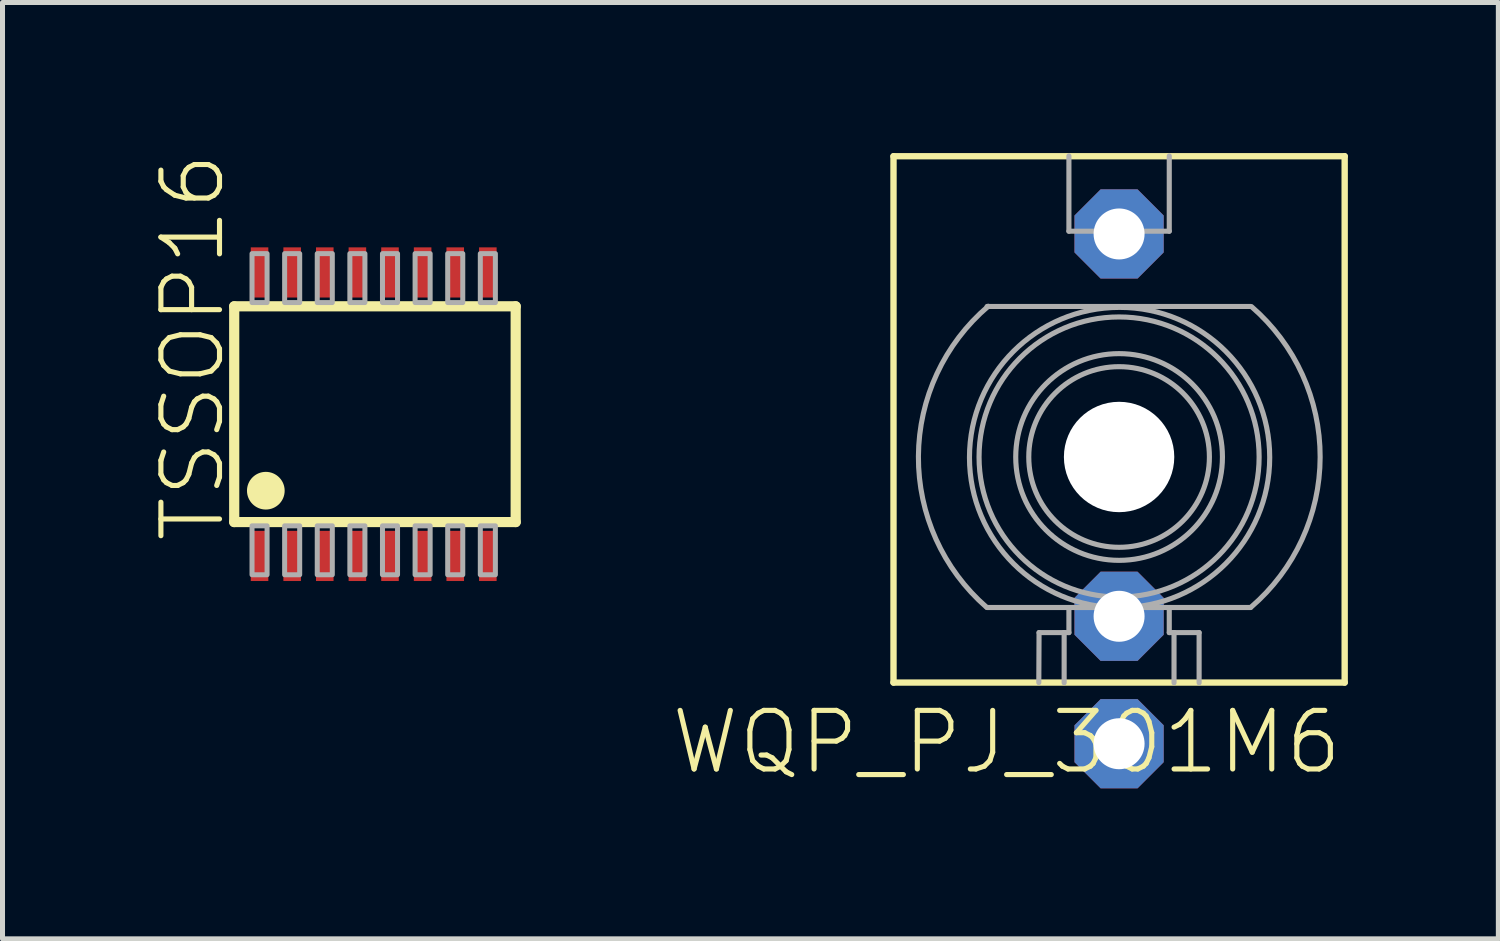
<source format=kicad_pcb>
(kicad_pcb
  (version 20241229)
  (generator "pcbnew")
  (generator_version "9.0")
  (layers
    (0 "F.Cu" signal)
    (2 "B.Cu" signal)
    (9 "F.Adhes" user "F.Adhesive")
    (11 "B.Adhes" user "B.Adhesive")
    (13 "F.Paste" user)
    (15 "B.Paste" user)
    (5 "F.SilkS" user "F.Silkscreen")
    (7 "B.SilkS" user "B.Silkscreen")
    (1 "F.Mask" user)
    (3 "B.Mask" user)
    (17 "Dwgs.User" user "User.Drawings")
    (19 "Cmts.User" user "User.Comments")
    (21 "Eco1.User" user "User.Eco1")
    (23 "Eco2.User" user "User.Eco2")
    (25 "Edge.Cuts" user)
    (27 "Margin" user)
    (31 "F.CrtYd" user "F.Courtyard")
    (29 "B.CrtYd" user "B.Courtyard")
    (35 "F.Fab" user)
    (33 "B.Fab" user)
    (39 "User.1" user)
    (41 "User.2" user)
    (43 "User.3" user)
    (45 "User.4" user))
  (footprint "TSSOP16"
    (layer "F.Cu")
    (at 4.073 5.205)
    (property "Reference" "TSSOP16" (at -2.6 2.6 90) (layer "F.SilkS") (effects (font (size 1.168 1.168) (thickness 0.102)) (justify left bottom)))
    (fp_line (start -2.455 -2.15) (end 3.155 -2.15) (stroke (width 0.203) (type solid)) (layer "F.SilkS"))
    (fp_line (start -2.455 2.15) (end -2.455 -2.15) (stroke (width 0.203) (type solid)) (layer "F.SilkS"))
    (fp_line (start 3.155 -2.15) (end 3.155 2.15) (stroke (width 0.203) (type solid)) (layer "F.SilkS"))
    (fp_line (start 3.155 2.15) (end -2.455 2.15) (stroke (width 0.203) (type solid)) (layer "F.SilkS"))
    (fp_circle (center -1.825 1.525) (end -1.637 1.525) (stroke (width 0.375) (type solid)) (fill yes) (layer "F.SilkS"))
    (fp_poly (pts (xy -2.1 3.2) (xy -1.8 3.2) (xy -1.8 2.225) (xy -2.1 2.225)) (stroke (width 0.1) (type solid)) (fill no) (layer "F.Fab"))
    (fp_poly (pts (xy -1.8 -3.2) (xy -2.1 -3.2) (xy -2.1 -2.225) (xy -1.8 -2.225)) (stroke (width 0.1) (type solid)) (fill no) (layer "F.Fab"))
    (fp_poly (pts (xy -1.45 3.2) (xy -1.15 3.2) (xy -1.15 2.225) (xy -1.45 2.225)) (stroke (width 0.1) (type solid)) (fill no) (layer "F.Fab"))
    (fp_poly (pts (xy -1.15 -3.2) (xy -1.45 -3.2) (xy -1.45 -2.225) (xy -1.15 -2.225)) (stroke (width 0.1) (type solid)) (fill no) (layer "F.Fab"))
    (fp_poly (pts (xy -0.8 3.2) (xy -0.5 3.2) (xy -0.5 2.225) (xy -0.8 2.225)) (stroke (width 0.1) (type solid)) (fill no) (layer "F.Fab"))
    (fp_poly (pts (xy -0.5 -3.2) (xy -0.8 -3.2) (xy -0.8 -2.225) (xy -0.5 -2.225)) (stroke (width 0.1) (type solid)) (fill no) (layer "F.Fab"))
    (fp_poly (pts (xy -0.15 3.2) (xy 0.15 3.2) (xy 0.15 2.225) (xy -0.15 2.225)) (stroke (width 0.1) (type solid)) (fill no) (layer "F.Fab"))
    (fp_poly (pts (xy 0.15 -3.2) (xy -0.15 -3.2) (xy -0.15 -2.225) (xy 0.15 -2.225)) (stroke (width 0.1) (type solid)) (fill no) (layer "F.Fab"))
    (fp_poly (pts (xy 0.5 3.2) (xy 0.8 3.2) (xy 0.8 2.225) (xy 0.5 2.225)) (stroke (width 0.1) (type solid)) (fill no) (layer "F.Fab"))
    (fp_poly (pts (xy 0.8 -3.2) (xy 0.5 -3.2) (xy 0.5 -2.225) (xy 0.8 -2.225)) (stroke (width 0.1) (type solid)) (fill no) (layer "F.Fab"))
    (fp_poly (pts (xy 1.15 3.2) (xy 1.45 3.2) (xy 1.45 2.225) (xy 1.15 2.225)) (stroke (width 0.1) (type solid)) (fill no) (layer "F.Fab"))
    (fp_poly (pts (xy 1.45 -3.2) (xy 1.15 -3.2) (xy 1.15 -2.225) (xy 1.45 -2.225)) (stroke (width 0.1) (type solid)) (fill no) (layer "F.Fab"))
    (fp_poly (pts (xy 1.8 3.2) (xy 2.1 3.2) (xy 2.1 2.225) (xy 1.8 2.225)) (stroke (width 0.1) (type solid)) (fill no) (layer "F.Fab"))
    (fp_poly (pts (xy 2.1 -3.2) (xy 1.8 -3.2) (xy 1.8 -2.225) (xy 2.1 -2.225)) (stroke (width 0.1) (type solid)) (fill no) (layer "F.Fab"))
    (fp_poly (pts (xy 2.45 3.2) (xy 2.75 3.2) (xy 2.75 2.225) (xy 2.45 2.225)) (stroke (width 0.1) (type solid)) (fill no) (layer "F.Fab"))
    (fp_poly (pts (xy 2.75 -3.2) (xy 2.45 -3.2) (xy 2.45 -2.225) (xy 2.75 -2.225)) (stroke (width 0.1) (type solid)) (fill no) (layer "F.Fab"))
    (pad "1" smd rect (at -1.95 2.825) (size 0.35 1) (layers "F.Cu" "F.Mask" "F.Paste"))
    (pad "2" smd rect (at -1.3 2.825) (size 0.35 1) (layers "F.Cu" "F.Mask" "F.Paste"))
    (pad "3" smd rect (at -0.65 2.825) (size 0.35 1) (layers "F.Cu" "F.Mask" "F.Paste"))
    (pad "4" smd rect (at 0 2.825) (size 0.35 1) (layers "F.Cu" "F.Mask" "F.Paste"))
    (pad "5" smd rect (at 0.65 2.825) (size 0.35 1) (layers "F.Cu" "F.Mask" "F.Paste"))
    (pad "6" smd rect (at 1.3 2.825) (size 0.35 1) (layers "F.Cu" "F.Mask" "F.Paste"))
    (pad "7" smd rect (at 1.95 2.825) (size 0.35 1) (layers "F.Cu" "F.Mask" "F.Paste"))
    (pad "8" smd rect (at 2.6 2.825) (size 0.35 1) (layers "F.Cu" "F.Mask" "F.Paste"))
    (pad "9" smd rect (at 2.6 -2.825 180) (size 0.35 1) (layers "F.Cu" "F.Mask" "F.Paste"))
    (pad "10" smd rect (at 1.95 -2.825 180) (size 0.35 1) (layers "F.Cu" "F.Mask" "F.Paste"))
    (pad "11" smd rect (at 1.3 -2.825 180) (size 0.35 1) (layers "F.Cu" "F.Mask" "F.Paste"))
    (pad "12" smd rect (at 0.65 -2.825 180) (size 0.35 1) (layers "F.Cu" "F.Mask" "F.Paste"))
    (pad "13" smd rect (at 0 -2.825 180) (size 0.35 1) (layers "F.Cu" "F.Mask" "F.Paste"))
    (pad "14" smd rect (at -0.65 -2.825 180) (size 0.35 1) (layers "F.Cu" "F.Mask" "F.Paste"))
    (pad "15" smd rect (at -1.3 -2.825 180) (size 0.35 1) (layers "F.Cu" "F.Mask" "F.Paste"))
    (pad "16" smd rect (at -1.95 -2.825 180) (size 0.35 1) (layers "F.Cu" "F.Mask" "F.Paste")))
  (footprint "WQP_PJ_301M6"
    (layer "F.Cu")
    (at 19.254 6.058)
    (property "Reference" "WQP_PJ_301M6" (at 4.5 5 0) (layer "F.SilkS") (effects (font (size 1.168 1.168) (thickness 0.102)) (justify right top)))
    (fp_line (start -4.496 -5.994) (end 4.496 -5.994) (stroke (width 0.127) (type solid)) (layer "F.SilkS"))
    (fp_line (start -4.496 4.496) (end -4.496 -5.994) (stroke (width 0.127) (type solid)) (layer "F.SilkS"))
    (fp_line (start 4.496 -5.994) (end 4.496 4.496) (stroke (width 0.127) (type solid)) (layer "F.SilkS"))
    (fp_line (start 4.496 4.496) (end -4.496 4.496) (stroke (width 0.127) (type solid)) (layer "F.SilkS"))
    (fp_line (start -2.631 -3) (end 2.62 -3) (stroke (width 0.102) (type solid)) (layer "F.Fab"))
    (fp_line (start -2.631 3) (end 2.62 3) (stroke (width 0.102) (type solid)) (layer "F.Fab"))
    (fp_line (start -1.6 4.496) (end -1.595 3.5) (stroke (width 0.102) (type solid)) (layer "F.Fab"))
    (fp_line (start -1.595 3.5) (end -1.095 3.5) (stroke (width 0.102) (type solid)) (layer "F.Fab"))
    (fp_line (start -1.095 3.5) (end -1.095 4.5) (stroke (width 0.102) (type solid)) (layer "F.Fab"))
    (fp_line (start -1.095 3.5) (end -1 3.5) (stroke (width 0.102) (type solid)) (layer "F.Fab"))
    (fp_line (start -1 -4.5) (end -1 -6) (stroke (width 0.102) (type solid)) (layer "F.Fab"))
    (fp_line (start -1 0) (end 1 0) (stroke (width 0.102) (type solid)) (layer "F.Fab"))
    (fp_line (start -1 3.5) (end -1 3) (stroke (width 0.102) (type solid)) (layer "F.Fab"))
    (fp_line (start 0 -1) (end 0 1) (stroke (width 0.102) (type solid)) (layer "F.Fab"))
    (fp_line (start 1 -6) (end 1 -4.5) (stroke (width 0.102) (type solid)) (layer "F.Fab"))
    (fp_line (start 1 -4.5) (end -1 -4.5) (stroke (width 0.102) (type solid)) (layer "F.Fab"))
    (fp_line (start 1 3) (end 1 3.5) (stroke (width 0.102) (type solid)) (layer "F.Fab"))
    (fp_line (start 1 3.5) (end 1.095 3.5) (stroke (width 0.102) (type solid)) (layer "F.Fab"))
    (fp_line (start 1.095 3.5) (end 1.095 4.5) (stroke (width 0.102) (type solid)) (layer "F.Fab"))
    (fp_line (start 1.095 3.5) (end 1.595 3.5) (stroke (width 0.102) (type solid)) (layer "F.Fab"))
    (fp_line (start 1.595 3.5) (end 1.595 4.5) (stroke (width 0.102) (type solid)) (layer "F.Fab"))
    (fp_arc (start -2.641998 2.994) (mid -3.999529 -0.012791) (end -2.608 -3.004) (stroke (width 0.1016) (type solid)) (layer "F.Fab"))
    (fp_arc (start 2.642 -2.994) (mid 4.007235 0.003208) (end 2.628 2.994) (stroke (width 0.1016) (type solid)) (layer "F.Fab"))
    (fp_circle (center 0 0) (end 1.8 0) (stroke (width 0.102) (type solid)) (fill no) (layer "F.Fab"))
    (fp_circle (center 0 0) (end 2.06 0) (stroke (width 0.102) (type solid)) (fill no) (layer "F.Fab"))
    (fp_circle (center 0 0) (end 2.791 0) (stroke (width 0.102) (type solid)) (fill no) (layer "F.Fab"))
    (fp_circle (center 0.01 0.01) (end 3.002 0.01) (stroke (width 0.102) (type solid)) (fill no) (layer "F.Fab"))
    (pad "" np_thru_hole circle (at 0 0) (size 2.2 2.2) (drill 2.2) (layers "*.Cu" "*.Mask"))
    (pad "P1" thru_hole roundrect (at 0 5.715) (size 1.778 1.778) (drill 1.016) (layers "*.Cu" "*.Mask") (roundrect_rratio 0.25) (chamfer_ratio 0.293) (chamfer top_left top_right bottom_left bottom_right))
    (pad "P2" thru_hole roundrect (at 0 3.175) (size 1.778 1.778) (drill 1.016) (layers "*.Cu" "*.Mask") (roundrect_rratio 0.25) (chamfer_ratio 0.293) (chamfer top_left top_right bottom_left bottom_right))
    (pad "P3" thru_hole roundrect (at 0 -4.445) (size 1.778 1.778) (drill 1.016) (layers "*.Cu" "*.Mask") (roundrect_rratio 0.25) (chamfer_ratio 0.293) (chamfer top_left top_right bottom_left bottom_right)))
  (gr_rect
    (start -3 -3)
    (end 26.813 15.662)
    (stroke (width 0.1) (type default))
    (fill no)
    (layer "Edge.Cuts")))
</source>
